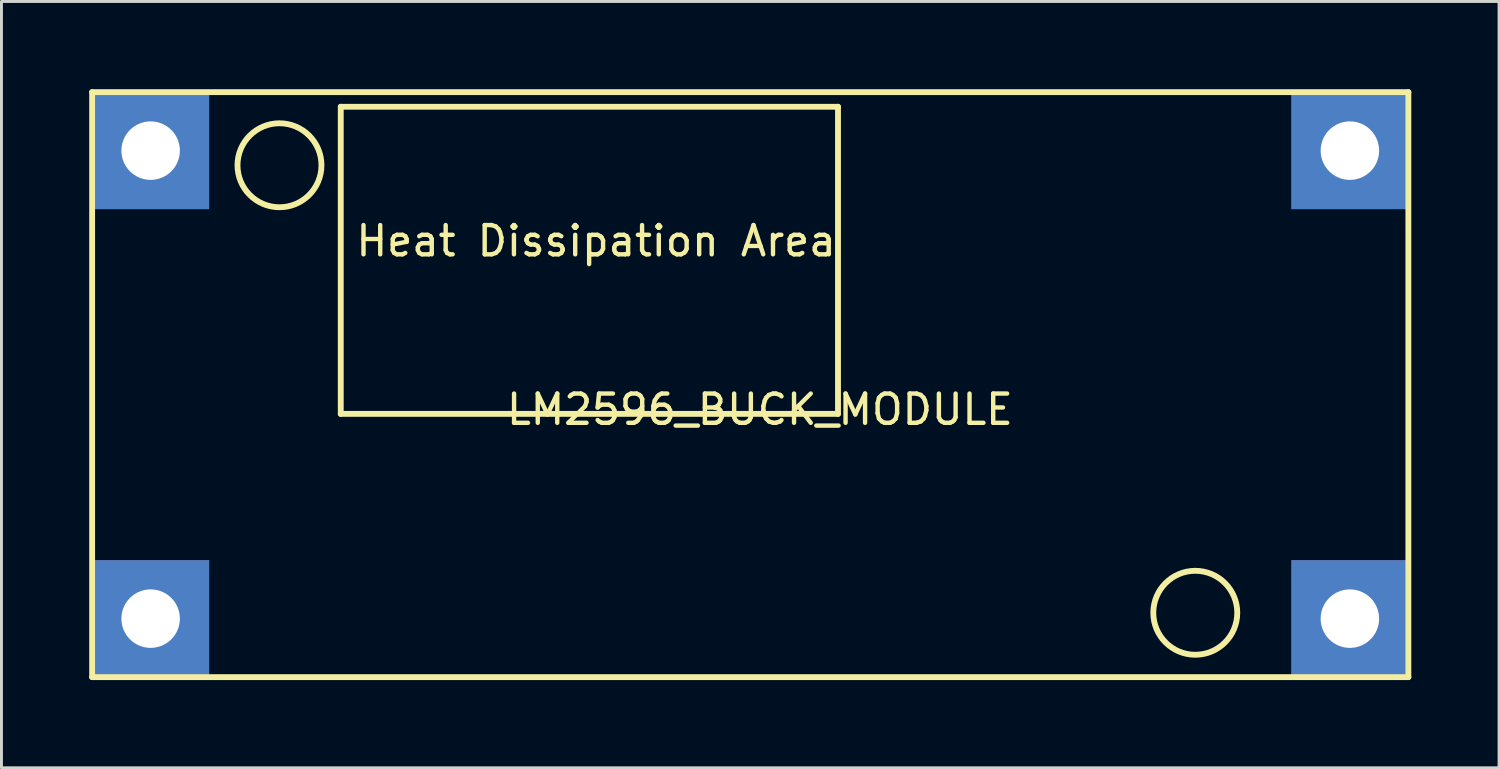
<source format=kicad_pcb>
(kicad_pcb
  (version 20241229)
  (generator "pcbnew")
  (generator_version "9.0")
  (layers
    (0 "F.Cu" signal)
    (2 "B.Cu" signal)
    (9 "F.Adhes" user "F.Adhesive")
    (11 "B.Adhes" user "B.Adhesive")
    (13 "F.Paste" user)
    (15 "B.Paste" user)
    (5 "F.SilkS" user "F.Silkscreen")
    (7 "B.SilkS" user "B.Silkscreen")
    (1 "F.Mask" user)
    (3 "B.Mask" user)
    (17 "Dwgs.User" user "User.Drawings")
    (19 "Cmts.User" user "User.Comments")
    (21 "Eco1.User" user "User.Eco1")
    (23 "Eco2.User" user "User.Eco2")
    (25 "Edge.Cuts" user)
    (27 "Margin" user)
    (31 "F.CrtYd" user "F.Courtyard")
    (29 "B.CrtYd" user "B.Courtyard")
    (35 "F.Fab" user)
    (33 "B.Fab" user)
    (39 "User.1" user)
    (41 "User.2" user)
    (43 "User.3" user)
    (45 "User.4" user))
  (footprint "LM2596_BUCK_MODULE"
    (layer "F.Cu")
    (at 22.6 10.1)
    (property "Reference" "LM2596_BUCK_MODULE" (at 0.33 0.85 0) (layer "F.SilkS") (effects (font (size 1 1) (thickness 0.15))))
    (attr through_hole)
    (fp_line (start -22.5 -10) (end -22.5 10) (stroke (width 0.2) (type solid)) (layer "F.SilkS"))
    (fp_line (start -22.5 -10) (end 22.5 -10) (stroke (width 0.2) (type solid)) (layer "F.SilkS"))
    (fp_line (start -22.5 10) (end 22.5 10) (stroke (width 0.2) (type solid)) (layer "F.SilkS"))
    (fp_line (start -14 -9.5) (end -14 1) (stroke (width 0.2) (type solid)) (layer "F.SilkS"))
    (fp_line (start 3 -9.5) (end -14 -9.5) (stroke (width 0.2) (type solid)) (layer "F.SilkS"))
    (fp_line (start 3 -9.5) (end 3 1) (stroke (width 0.2) (type solid)) (layer "F.SilkS"))
    (fp_line (start 3 1) (end -14 1) (stroke (width 0.2) (type solid)) (layer "F.SilkS"))
    (fp_line (start 22.5 -10) (end 22.5 10) (stroke (width 0.2) (type solid)) (layer "F.SilkS"))
    (fp_circle (center -16.095 -7.5) (end -15.085 -6.48) (stroke (width 0.2) (type solid)) (fill no) (layer "F.SilkS"))
    (fp_circle (center 15.215 7.8) (end 16.225 8.82) (stroke (width 0.2) (type solid)) (fill no) (layer "F.SilkS"))
    (fp_text user "Heat Dissipation Area" (at -5.27 -4.91 0) (layer "F.SilkS") (effects (font (size 1 1) (thickness 0.15))))
    (pad "1" thru_hole rect (at -20.5 -8) (size 4 4) (drill 2) (layers "*.Cu" "*.Mask"))
    (pad "2" thru_hole rect (at -20.5 8) (size 4 4) (drill 2) (layers "*.Cu" "*.Mask"))
    (pad "3" thru_hole rect (at 20.5 -8) (size 4 4) (drill 2) (layers "*.Cu" "*.Mask"))
    (pad "4" thru_hole rect (at 20.5 8) (size 4 4) (drill 2) (layers "*.Cu" "*.Mask")))
  (gr_rect
    (start -3 -3)
    (end 48.2 23.2)
    (stroke (width 0.1) (type default))
    (fill no)
    (layer "Edge.Cuts")))
</source>
